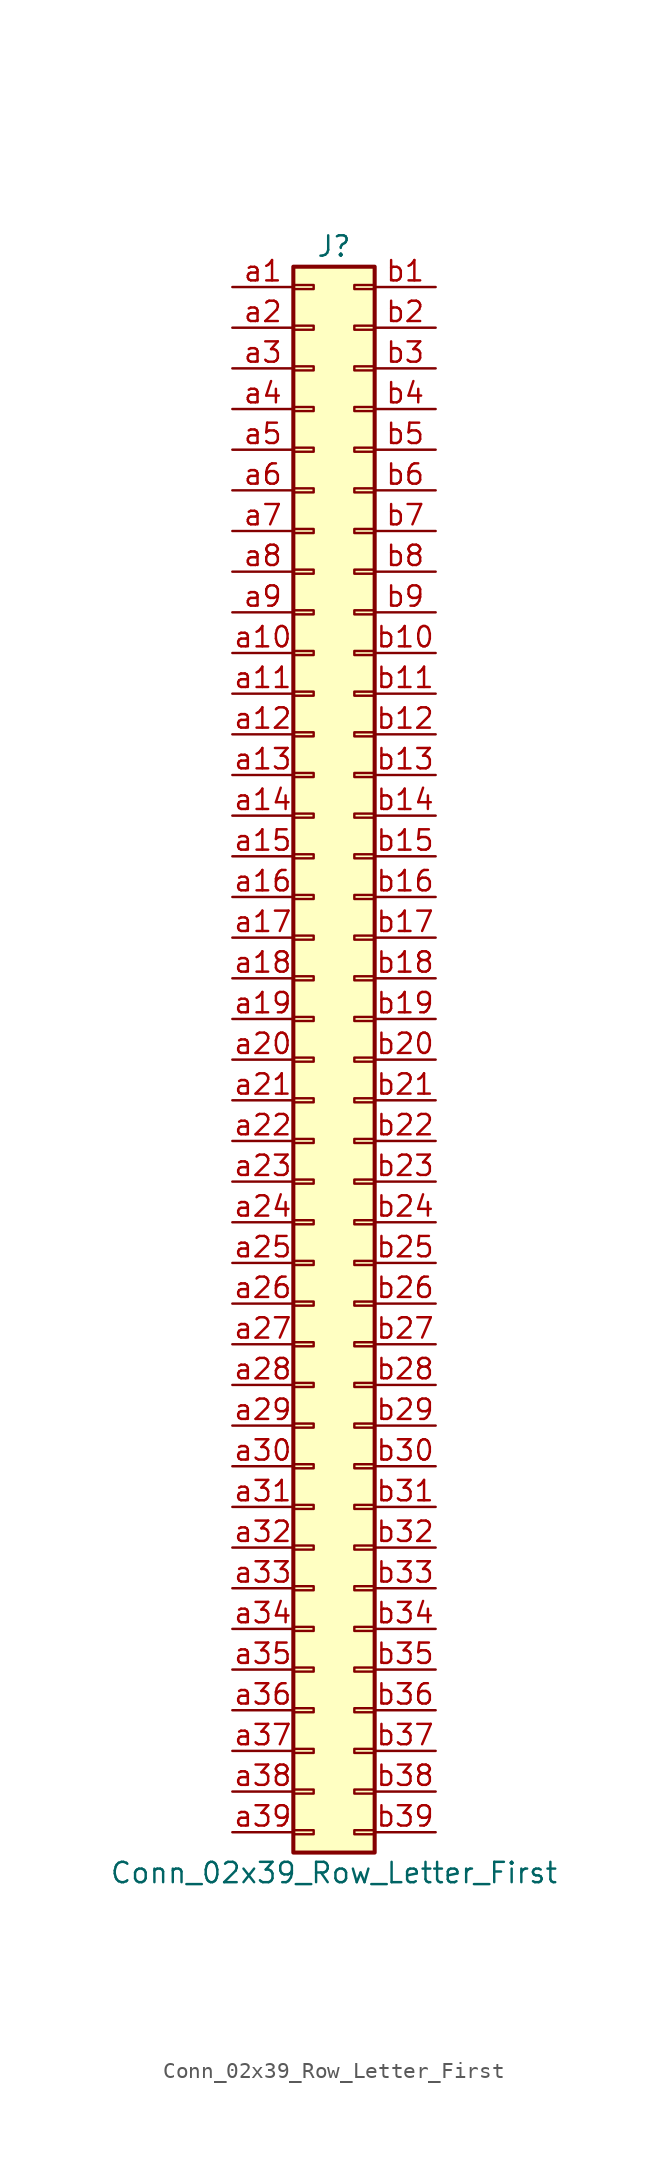
<source format=kicad_sym>
(kicad_symbol_lib
  (version 20201005)
  (generator kicad_symbol_editor)
  (symbol "Conn_02x39_Row_Letter_First"
    (pin_names
      (offset 1.016) hide)
    (property "Reference" "J"
      (at 1.27 50.8 0)
      (effects (font (size 1.27 1.27))))
    (property "Value" "Conn_02x39_Row_Letter_First"
      (at 1.27 -50.8 0)
      (effects (font (size 1.27 1.27))))
    (symbol "Conn_02x39_Row_Letter_First_1_1"
      (rectangle (start -1.27 -48.133) (end 0 -48.387) (stroke (width 0.152)) (fill (type none)))
      (rectangle (start -1.27 -45.593) (end 0 -45.847) (stroke (width 0.152)) (fill (type none)))
      (rectangle (start -1.27 -43.053) (end 0 -43.307) (stroke (width 0.152)) (fill (type none)))
      (rectangle (start -1.27 -40.513) (end 0 -40.767) (stroke (width 0.152)) (fill (type none)))
      (rectangle (start -1.27 -37.973) (end 0 -38.227) (stroke (width 0.152)) (fill (type none)))
      (rectangle (start -1.27 -35.433) (end 0 -35.687) (stroke (width 0.152)) (fill (type none)))
      (rectangle (start -1.27 -32.893) (end 0 -33.147) (stroke (width 0.152)) (fill (type none)))
      (rectangle (start -1.27 -30.353) (end 0 -30.607) (stroke (width 0.152)) (fill (type none)))
      (rectangle (start -1.27 -27.813) (end 0 -28.067) (stroke (width 0.152)) (fill (type none)))
      (rectangle (start -1.27 -25.273) (end 0 -25.527) (stroke (width 0.152)) (fill (type none)))
      (rectangle (start -1.27 -22.733) (end 0 -22.987) (stroke (width 0.152)) (fill (type none)))
      (rectangle (start -1.27 -20.193) (end 0 -20.447) (stroke (width 0.152)) (fill (type none)))
      (rectangle (start -1.27 -17.653) (end 0 -17.907) (stroke (width 0.152)) (fill (type none)))
      (rectangle (start -1.27 -15.113) (end 0 -15.367) (stroke (width 0.152)) (fill (type none)))
      (rectangle (start -1.27 -12.573) (end 0 -12.827) (stroke (width 0.152)) (fill (type none)))
      (rectangle (start -1.27 -10.033) (end 0 -10.287) (stroke (width 0.152)) (fill (type none)))
      (rectangle (start -1.27 -7.493) (end 0 -7.747) (stroke (width 0.152)) (fill (type none)))
      (rectangle (start -1.27 -4.953) (end 0 -5.207) (stroke (width 0.152)) (fill (type none)))
      (rectangle (start -1.27 -2.413) (end 0 -2.667) (stroke (width 0.152)) (fill (type none)))
      (rectangle (start -1.27 0.127) (end 0 -0.127) (stroke (width 0.152)) (fill (type none)))
      (rectangle (start -1.27 2.667) (end 0 2.413) (stroke (width 0.152)) (fill (type none)))
      (rectangle (start -1.27 5.207) (end 0 4.953) (stroke (width 0.152)) (fill (type none)))
      (rectangle (start -1.27 7.747) (end 0 7.493) (stroke (width 0.152)) (fill (type none)))
      (rectangle (start -1.27 10.287) (end 0 10.033) (stroke (width 0.152)) (fill (type none)))
      (rectangle (start -1.27 12.827) (end 0 12.573) (stroke (width 0.152)) (fill (type none)))
      (rectangle (start -1.27 15.367) (end 0 15.113) (stroke (width 0.152)) (fill (type none)))
      (rectangle (start -1.27 17.907) (end 0 17.653) (stroke (width 0.152)) (fill (type none)))
      (rectangle (start -1.27 20.447) (end 0 20.193) (stroke (width 0.152)) (fill (type none)))
      (rectangle (start -1.27 22.987) (end 0 22.733) (stroke (width 0.152)) (fill (type none)))
      (rectangle (start -1.27 25.527) (end 0 25.273) (stroke (width 0.152)) (fill (type none)))
      (rectangle (start -1.27 28.067) (end 0 27.813) (stroke (width 0.152)) (fill (type none)))
      (rectangle (start -1.27 30.607) (end 0 30.353) (stroke (width 0.152)) (fill (type none)))
      (rectangle (start -1.27 33.147) (end 0 32.893) (stroke (width 0.152)) (fill (type none)))
      (rectangle (start -1.27 35.687) (end 0 35.433) (stroke (width 0.152)) (fill (type none)))
      (rectangle (start -1.27 38.227) (end 0 37.973) (stroke (width 0.152)) (fill (type none)))
      (rectangle (start -1.27 40.767) (end 0 40.513) (stroke (width 0.152)) (fill (type none)))
      (rectangle (start -1.27 43.307) (end 0 43.053) (stroke (width 0.152)) (fill (type none)))
      (rectangle (start -1.27 45.847) (end 0 45.593) (stroke (width 0.152)) (fill (type none)))
      (rectangle (start -1.27 48.387) (end 0 48.133) (stroke (width 0.152)) (fill (type none)))
      (rectangle (start 3.81 -48.133) (end 2.54 -48.387) (stroke (width 0.152)) (fill (type none)))
      (rectangle (start 3.81 -45.593) (end 2.54 -45.847) (stroke (width 0.152)) (fill (type none)))
      (rectangle (start 3.81 -43.053) (end 2.54 -43.307) (stroke (width 0.152)) (fill (type none)))
      (rectangle (start 3.81 -40.513) (end 2.54 -40.767) (stroke (width 0.152)) (fill (type none)))
      (rectangle (start 3.81 -37.973) (end 2.54 -38.227) (stroke (width 0.152)) (fill (type none)))
      (rectangle (start 3.81 -35.433) (end 2.54 -35.687) (stroke (width 0.152)) (fill (type none)))
      (rectangle (start 3.81 -32.893) (end 2.54 -33.147) (stroke (width 0.152)) (fill (type none)))
      (rectangle (start 3.81 -30.353) (end 2.54 -30.607) (stroke (width 0.152)) (fill (type none)))
      (rectangle (start 3.81 -27.813) (end 2.54 -28.067) (stroke (width 0.152)) (fill (type none)))
      (rectangle (start 3.81 -25.273) (end 2.54 -25.527) (stroke (width 0.152)) (fill (type none)))
      (rectangle (start 3.81 -22.733) (end 2.54 -22.987) (stroke (width 0.152)) (fill (type none)))
      (rectangle (start 3.81 -20.193) (end 2.54 -20.447) (stroke (width 0.152)) (fill (type none)))
      (rectangle (start 3.81 -17.653) (end 2.54 -17.907) (stroke (width 0.152)) (fill (type none)))
      (rectangle (start 3.81 -15.113) (end 2.54 -15.367) (stroke (width 0.152)) (fill (type none)))
      (rectangle (start 3.81 -12.573) (end 2.54 -12.827) (stroke (width 0.152)) (fill (type none)))
      (rectangle (start 3.81 -10.033) (end 2.54 -10.287) (stroke (width 0.152)) (fill (type none)))
      (rectangle (start 3.81 -7.493) (end 2.54 -7.747) (stroke (width 0.152)) (fill (type none)))
      (rectangle (start 3.81 -4.953) (end 2.54 -5.207) (stroke (width 0.152)) (fill (type none)))
      (rectangle (start 3.81 -2.413) (end 2.54 -2.667) (stroke (width 0.152)) (fill (type none)))
      (rectangle (start 3.81 0.127) (end 2.54 -0.127) (stroke (width 0.152)) (fill (type none)))
      (rectangle (start 3.81 2.667) (end 2.54 2.413) (stroke (width 0.152)) (fill (type none)))
      (rectangle (start 3.81 5.207) (end 2.54 4.953) (stroke (width 0.152)) (fill (type none)))
      (rectangle (start 3.81 7.747) (end 2.54 7.493) (stroke (width 0.152)) (fill (type none)))
      (rectangle (start 3.81 10.287) (end 2.54 10.033) (stroke (width 0.152)) (fill (type none)))
      (rectangle (start 3.81 12.827) (end 2.54 12.573) (stroke (width 0.152)) (fill (type none)))
      (rectangle (start 3.81 15.367) (end 2.54 15.113) (stroke (width 0.152)) (fill (type none)))
      (rectangle (start 3.81 17.907) (end 2.54 17.653) (stroke (width 0.152)) (fill (type none)))
      (rectangle (start 3.81 20.447) (end 2.54 20.193) (stroke (width 0.152)) (fill (type none)))
      (rectangle (start 3.81 22.987) (end 2.54 22.733) (stroke (width 0.152)) (fill (type none)))
      (rectangle (start 3.81 25.527) (end 2.54 25.273) (stroke (width 0.152)) (fill (type none)))
      (rectangle (start 3.81 28.067) (end 2.54 27.813) (stroke (width 0.152)) (fill (type none)))
      (rectangle (start 3.81 30.607) (end 2.54 30.353) (stroke (width 0.152)) (fill (type none)))
      (rectangle (start 3.81 33.147) (end 2.54 32.893) (stroke (width 0.152)) (fill (type none)))
      (rectangle (start 3.81 35.687) (end 2.54 35.433) (stroke (width 0.152)) (fill (type none)))
      (rectangle (start 3.81 38.227) (end 2.54 37.973) (stroke (width 0.152)) (fill (type none)))
      (rectangle (start 3.81 40.767) (end 2.54 40.513) (stroke (width 0.152)) (fill (type none)))
      (rectangle (start 3.81 43.307) (end 2.54 43.053) (stroke (width 0.152)) (fill (type none)))
      (rectangle (start 3.81 45.847) (end 2.54 45.593) (stroke (width 0.152)) (fill (type none)))
      (rectangle (start 3.81 48.387) (end 2.54 48.133) (stroke (width 0.152)) (fill (type none)))
      (rectangle (start -1.27 49.53) (end 3.81 -49.53) (stroke (width 0.254)) (fill (type background)))
      (pin passive line (at -5.08 48.26 0) (length 3.81) (name "Pin_a1" (effects (font (size 1.27 1.27)))) (number "a1" (effects (font (size 1.27 1.27)))))
      (pin passive line (at -5.08 25.4 0) (length 3.81) (name "Pin_a10" (effects (font (size 1.27 1.27)))) (number "a10" (effects (font (size 1.27 1.27)))))
      (pin passive line (at -5.08 22.86 0) (length 3.81) (name "Pin_a11" (effects (font (size 1.27 1.27)))) (number "a11" (effects (font (size 1.27 1.27)))))
      (pin passive line (at -5.08 20.32 0) (length 3.81) (name "Pin_a12" (effects (font (size 1.27 1.27)))) (number "a12" (effects (font (size 1.27 1.27)))))
      (pin passive line (at -5.08 17.78 0) (length 3.81) (name "Pin_a13" (effects (font (size 1.27 1.27)))) (number "a13" (effects (font (size 1.27 1.27)))))
      (pin passive line (at -5.08 15.24 0) (length 3.81) (name "Pin_a14" (effects (font (size 1.27 1.27)))) (number "a14" (effects (font (size 1.27 1.27)))))
      (pin passive line (at -5.08 12.7 0) (length 3.81) (name "Pin_a15" (effects (font (size 1.27 1.27)))) (number "a15" (effects (font (size 1.27 1.27)))))
      (pin passive line (at -5.08 10.16 0) (length 3.81) (name "Pin_a16" (effects (font (size 1.27 1.27)))) (number "a16" (effects (font (size 1.27 1.27)))))
      (pin passive line (at -5.08 7.62 0) (length 3.81) (name "Pin_a17" (effects (font (size 1.27 1.27)))) (number "a17" (effects (font (size 1.27 1.27)))))
      (pin passive line (at -5.08 5.08 0) (length 3.81) (name "Pin_a18" (effects (font (size 1.27 1.27)))) (number "a18" (effects (font (size 1.27 1.27)))))
      (pin passive line (at -5.08 2.54 0) (length 3.81) (name "Pin_a19" (effects (font (size 1.27 1.27)))) (number "a19" (effects (font (size 1.27 1.27)))))
      (pin passive line (at -5.08 45.72 0) (length 3.81) (name "Pin_a2" (effects (font (size 1.27 1.27)))) (number "a2" (effects (font (size 1.27 1.27)))))
      (pin passive line (at -5.08 0 0) (length 3.81) (name "Pin_a20" (effects (font (size 1.27 1.27)))) (number "a20" (effects (font (size 1.27 1.27)))))
      (pin passive line (at -5.08 -2.54 0) (length 3.81) (name "Pin_a21" (effects (font (size 1.27 1.27)))) (number "a21" (effects (font (size 1.27 1.27)))))
      (pin passive line (at -5.08 -5.08 0) (length 3.81) (name "Pin_a22" (effects (font (size 1.27 1.27)))) (number "a22" (effects (font (size 1.27 1.27)))))
      (pin passive line (at -5.08 -7.62 0) (length 3.81) (name "Pin_a23" (effects (font (size 1.27 1.27)))) (number "a23" (effects (font (size 1.27 1.27)))))
      (pin passive line (at -5.08 -10.16 0) (length 3.81) (name "Pin_a24" (effects (font (size 1.27 1.27)))) (number "a24" (effects (font (size 1.27 1.27)))))
      (pin passive line (at -5.08 -12.7 0) (length 3.81) (name "Pin_a25" (effects (font (size 1.27 1.27)))) (number "a25" (effects (font (size 1.27 1.27)))))
      (pin passive line (at -5.08 -15.24 0) (length 3.81) (name "Pin_a26" (effects (font (size 1.27 1.27)))) (number "a26" (effects (font (size 1.27 1.27)))))
      (pin passive line (at -5.08 -17.78 0) (length 3.81) (name "Pin_a27" (effects (font (size 1.27 1.27)))) (number "a27" (effects (font (size 1.27 1.27)))))
      (pin passive line (at -5.08 -20.32 0) (length 3.81) (name "Pin_a28" (effects (font (size 1.27 1.27)))) (number "a28" (effects (font (size 1.27 1.27)))))
      (pin passive line (at -5.08 -22.86 0) (length 3.81) (name "Pin_a29" (effects (font (size 1.27 1.27)))) (number "a29" (effects (font (size 1.27 1.27)))))
      (pin passive line (at -5.08 43.18 0) (length 3.81) (name "Pin_a3" (effects (font (size 1.27 1.27)))) (number "a3" (effects (font (size 1.27 1.27)))))
      (pin passive line (at -5.08 -25.4 0) (length 3.81) (name "Pin_a30" (effects (font (size 1.27 1.27)))) (number "a30" (effects (font (size 1.27 1.27)))))
      (pin passive line (at -5.08 -27.94 0) (length 3.81) (name "Pin_a31" (effects (font (size 1.27 1.27)))) (number "a31" (effects (font (size 1.27 1.27)))))
      (pin passive line (at -5.08 -30.48 0) (length 3.81) (name "Pin_a32" (effects (font (size 1.27 1.27)))) (number "a32" (effects (font (size 1.27 1.27)))))
      (pin passive line (at -5.08 -33.02 0) (length 3.81) (name "Pin_a33" (effects (font (size 1.27 1.27)))) (number "a33" (effects (font (size 1.27 1.27)))))
      (pin passive line (at -5.08 -35.56 0) (length 3.81) (name "Pin_a34" (effects (font (size 1.27 1.27)))) (number "a34" (effects (font (size 1.27 1.27)))))
      (pin passive line (at -5.08 -38.1 0) (length 3.81) (name "Pin_a35" (effects (font (size 1.27 1.27)))) (number "a35" (effects (font (size 1.27 1.27)))))
      (pin passive line (at -5.08 -40.64 0) (length 3.81) (name "Pin_a36" (effects (font (size 1.27 1.27)))) (number "a36" (effects (font (size 1.27 1.27)))))
      (pin passive line (at -5.08 -43.18 0) (length 3.81) (name "Pin_a37" (effects (font (size 1.27 1.27)))) (number "a37" (effects (font (size 1.27 1.27)))))
      (pin passive line (at -5.08 -45.72 0) (length 3.81) (name "Pin_a38" (effects (font (size 1.27 1.27)))) (number "a38" (effects (font (size 1.27 1.27)))))
      (pin passive line (at -5.08 -48.26 0) (length 3.81) (name "Pin_a39" (effects (font (size 1.27 1.27)))) (number "a39" (effects (font (size 1.27 1.27)))))
      (pin passive line (at -5.08 40.64 0) (length 3.81) (name "Pin_a4" (effects (font (size 1.27 1.27)))) (number "a4" (effects (font (size 1.27 1.27)))))
      (pin passive line (at -5.08 38.1 0) (length 3.81) (name "Pin_a5" (effects (font (size 1.27 1.27)))) (number "a5" (effects (font (size 1.27 1.27)))))
      (pin passive line (at -5.08 35.56 0) (length 3.81) (name "Pin_a6" (effects (font (size 1.27 1.27)))) (number "a6" (effects (font (size 1.27 1.27)))))
      (pin passive line (at -5.08 33.02 0) (length 3.81) (name "Pin_a7" (effects (font (size 1.27 1.27)))) (number "a7" (effects (font (size 1.27 1.27)))))
      (pin passive line (at -5.08 30.48 0) (length 3.81) (name "Pin_a8" (effects (font (size 1.27 1.27)))) (number "a8" (effects (font (size 1.27 1.27)))))
      (pin passive line (at -5.08 27.94 0) (length 3.81) (name "Pin_a9" (effects (font (size 1.27 1.27)))) (number "a9" (effects (font (size 1.27 1.27)))))
      (pin passive line (at 7.62 48.26 180) (length 3.81) (name "Pin_b1" (effects (font (size 1.27 1.27)))) (number "b1" (effects (font (size 1.27 1.27)))))
      (pin passive line (at 7.62 25.4 180) (length 3.81) (name "Pin_b10" (effects (font (size 1.27 1.27)))) (number "b10" (effects (font (size 1.27 1.27)))))
      (pin passive line (at 7.62 22.86 180) (length 3.81) (name "Pin_b11" (effects (font (size 1.27 1.27)))) (number "b11" (effects (font (size 1.27 1.27)))))
      (pin passive line (at 7.62 20.32 180) (length 3.81) (name "Pin_b12" (effects (font (size 1.27 1.27)))) (number "b12" (effects (font (size 1.27 1.27)))))
      (pin passive line (at 7.62 17.78 180) (length 3.81) (name "Pin_b13" (effects (font (size 1.27 1.27)))) (number "b13" (effects (font (size 1.27 1.27)))))
      (pin passive line (at 7.62 15.24 180) (length 3.81) (name "Pin_b14" (effects (font (size 1.27 1.27)))) (number "b14" (effects (font (size 1.27 1.27)))))
      (pin passive line (at 7.62 12.7 180) (length 3.81) (name "Pin_b15" (effects (font (size 1.27 1.27)))) (number "b15" (effects (font (size 1.27 1.27)))))
      (pin passive line (at 7.62 10.16 180) (length 3.81) (name "Pin_b16" (effects (font (size 1.27 1.27)))) (number "b16" (effects (font (size 1.27 1.27)))))
      (pin passive line (at 7.62 7.62 180) (length 3.81) (name "Pin_b17" (effects (font (size 1.27 1.27)))) (number "b17" (effects (font (size 1.27 1.27)))))
      (pin passive line (at 7.62 5.08 180) (length 3.81) (name "Pin_b18" (effects (font (size 1.27 1.27)))) (number "b18" (effects (font (size 1.27 1.27)))))
      (pin passive line (at 7.62 2.54 180) (length 3.81) (name "Pin_b19" (effects (font (size 1.27 1.27)))) (number "b19" (effects (font (size 1.27 1.27)))))
      (pin passive line (at 7.62 45.72 180) (length 3.81) (name "Pin_b2" (effects (font (size 1.27 1.27)))) (number "b2" (effects (font (size 1.27 1.27)))))
      (pin passive line (at 7.62 0 180) (length 3.81) (name "Pin_b20" (effects (font (size 1.27 1.27)))) (number "b20" (effects (font (size 1.27 1.27)))))
      (pin passive line (at 7.62 -2.54 180) (length 3.81) (name "Pin_b21" (effects (font (size 1.27 1.27)))) (number "b21" (effects (font (size 1.27 1.27)))))
      (pin passive line (at 7.62 -5.08 180) (length 3.81) (name "Pin_b22" (effects (font (size 1.27 1.27)))) (number "b22" (effects (font (size 1.27 1.27)))))
      (pin passive line (at 7.62 -7.62 180) (length 3.81) (name "Pin_b23" (effects (font (size 1.27 1.27)))) (number "b23" (effects (font (size 1.27 1.27)))))
      (pin passive line (at 7.62 -10.16 180) (length 3.81) (name "Pin_b24" (effects (font (size 1.27 1.27)))) (number "b24" (effects (font (size 1.27 1.27)))))
      (pin passive line (at 7.62 -12.7 180) (length 3.81) (name "Pin_b25" (effects (font (size 1.27 1.27)))) (number "b25" (effects (font (size 1.27 1.27)))))
      (pin passive line (at 7.62 -15.24 180) (length 3.81) (name "Pin_b26" (effects (font (size 1.27 1.27)))) (number "b26" (effects (font (size 1.27 1.27)))))
      (pin passive line (at 7.62 -17.78 180) (length 3.81) (name "Pin_b27" (effects (font (size 1.27 1.27)))) (number "b27" (effects (font (size 1.27 1.27)))))
      (pin passive line (at 7.62 -20.32 180) (length 3.81) (name "Pin_b28" (effects (font (size 1.27 1.27)))) (number "b28" (effects (font (size 1.27 1.27)))))
      (pin passive line (at 7.62 -22.86 180) (length 3.81) (name "Pin_b29" (effects (font (size 1.27 1.27)))) (number "b29" (effects (font (size 1.27 1.27)))))
      (pin passive line (at 7.62 43.18 180) (length 3.81) (name "Pin_b3" (effects (font (size 1.27 1.27)))) (number "b3" (effects (font (size 1.27 1.27)))))
      (pin passive line (at 7.62 -25.4 180) (length 3.81) (name "Pin_b30" (effects (font (size 1.27 1.27)))) (number "b30" (effects (font (size 1.27 1.27)))))
      (pin passive line (at 7.62 -27.94 180) (length 3.81) (name "Pin_b31" (effects (font (size 1.27 1.27)))) (number "b31" (effects (font (size 1.27 1.27)))))
      (pin passive line (at 7.62 -30.48 180) (length 3.81) (name "Pin_b32" (effects (font (size 1.27 1.27)))) (number "b32" (effects (font (size 1.27 1.27)))))
      (pin passive line (at 7.62 -33.02 180) (length 3.81) (name "Pin_b33" (effects (font (size 1.27 1.27)))) (number "b33" (effects (font (size 1.27 1.27)))))
      (pin passive line (at 7.62 -35.56 180) (length 3.81) (name "Pin_b34" (effects (font (size 1.27 1.27)))) (number "b34" (effects (font (size 1.27 1.27)))))
      (pin passive line (at 7.62 -38.1 180) (length 3.81) (name "Pin_b35" (effects (font (size 1.27 1.27)))) (number "b35" (effects (font (size 1.27 1.27)))))
      (pin passive line (at 7.62 -40.64 180) (length 3.81) (name "Pin_b36" (effects (font (size 1.27 1.27)))) (number "b36" (effects (font (size 1.27 1.27)))))
      (pin passive line (at 7.62 -43.18 180) (length 3.81) (name "Pin_b37" (effects (font (size 1.27 1.27)))) (number "b37" (effects (font (size 1.27 1.27)))))
      (pin passive line (at 7.62 -45.72 180) (length 3.81) (name "Pin_b38" (effects (font (size 1.27 1.27)))) (number "b38" (effects (font (size 1.27 1.27)))))
      (pin passive line (at 7.62 -48.26 180) (length 3.81) (name "Pin_b39" (effects (font (size 1.27 1.27)))) (number "b39" (effects (font (size 1.27 1.27)))))
      (pin passive line (at 7.62 40.64 180) (length 3.81) (name "Pin_b4" (effects (font (size 1.27 1.27)))) (number "b4" (effects (font (size 1.27 1.27)))))
      (pin passive line (at 7.62 38.1 180) (length 3.81) (name "Pin_b5" (effects (font (size 1.27 1.27)))) (number "b5" (effects (font (size 1.27 1.27)))))
      (pin passive line (at 7.62 35.56 180) (length 3.81) (name "Pin_b6" (effects (font (size 1.27 1.27)))) (number "b6" (effects (font (size 1.27 1.27)))))
      (pin passive line (at 7.62 33.02 180) (length 3.81) (name "Pin_b7" (effects (font (size 1.27 1.27)))) (number "b7" (effects (font (size 1.27 1.27)))))
      (pin passive line (at 7.62 30.48 180) (length 3.81) (name "Pin_b8" (effects (font (size 1.27 1.27)))) (number "b8" (effects (font (size 1.27 1.27)))))
      (pin passive line (at 7.62 27.94 180) (length 3.81) (name "Pin_b9" (effects (font (size 1.27 1.27)))) (number "b9" (effects (font (size 1.27 1.27))))))))
</source>
